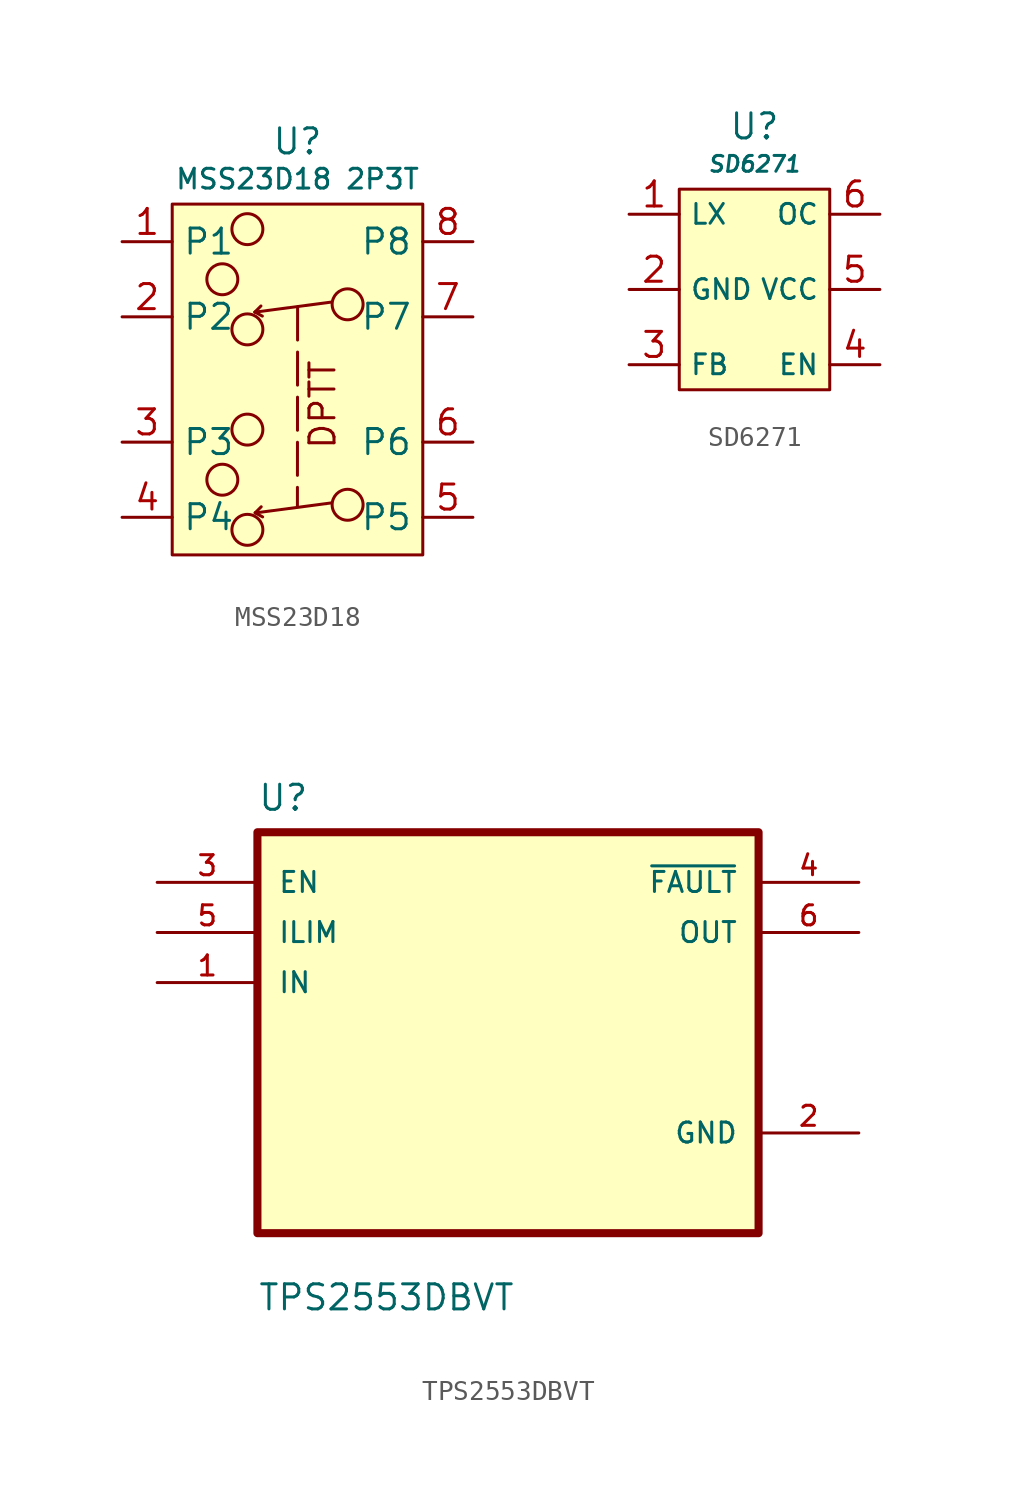
<source format=kicad_sym>
(kicad_symbol_lib
  (version 20220914)
  (generator kicad_symbol_editor)
  (symbol "MSS23D18"
    (property "Reference" "U"
      (at 0 12.065 0)
      (effects (font (size 1.27 1.27))))
    (property "Value" "MSS23D18 2P3T"
      (at 0 10.16 0)
      (effects (font (size 1 1))))
    (symbol "MSS23D18_0_1"
      (rectangle (start -6.35 8.89) (end 6.35 -8.89) (stroke (width 0) (type default)) (fill (type background)))
      (circle (center -3.81 -5.08) (radius 0.784) (stroke (width 0) (type default)) (fill (type none)))
      (circle (center -3.81 5.08) (radius 0.784) (stroke (width 0) (type default)) (fill (type none)))
      (circle (center -2.54 -7.62) (radius 0.784) (stroke (width 0) (type default)) (fill (type none)))
      (circle (center -2.54 -2.54) (radius 0.784) (stroke (width 0) (type default)) (fill (type none)))
      (circle (center -2.54 2.54) (radius 0.784) (stroke (width 0) (type default)) (fill (type none)))
      (circle (center -2.54 7.62) (radius 0.784) (stroke (width 0) (type default)) (fill (type none)))
      (polyline (pts (xy -2.16 3.419) (xy -1.853 3.726)) (stroke (width 0) (type default)) (fill (type none)))
      (polyline (pts (xy -2.158 3.416) (xy -1.781 3.213)) (stroke (width 0) (type default)) (fill (type none)))
      (polyline (pts (xy -2.146 -6.758) (xy -1.839 -6.451)) (stroke (width 0) (type default)) (fill (type none)))
      (polyline (pts (xy -2.143 -6.761) (xy -1.766 -6.965)) (stroke (width 0) (type default)) (fill (type none)))
      (polyline (pts (xy 0.005 3.676) (xy -0.005 -6.423)) (stroke (width 0) (type dash)) (fill (type none)))
      (polyline (pts (xy 1.713 3.923) (xy -2.158 3.414)) (stroke (width 0) (type default)) (fill (type none)))
      (polyline (pts (xy 1.727 -6.254) (xy -2.144 -6.763)) (stroke (width 0) (type default)) (fill (type none)))
      (circle (center 2.54 -6.35) (radius 0.784) (stroke (width 0) (type default)) (fill (type none)))
      (circle (center 2.54 3.81) (radius 0.784) (stroke (width 0) (type default)) (fill (type none)))
      (text "DPTT" (at 1.27 -1.27 900) (effects (font (size 1.27 1.27)))))
    (symbol "MSS23D18_1_1"
      (pin bidirectional line (at -8.89 6.985 0) (length 2.54) (name "P1" (effects (font (size 1.27 1.27)))) (number "1" (effects (font (size 1.27 1.27)))))
      (pin bidirectional line (at -8.89 3.175 0) (length 2.54) (name "P2" (effects (font (size 1.27 1.27)))) (number "2" (effects (font (size 1.27 1.27)))))
      (pin bidirectional line (at -8.89 -3.175 0) (length 2.54) (name "P3" (effects (font (size 1.27 1.27)))) (number "3" (effects (font (size 1.27 1.27)))))
      (pin bidirectional line (at -8.89 -6.985 0) (length 2.54) (name "P4" (effects (font (size 1.27 1.27)))) (number "4" (effects (font (size 1.27 1.27)))))
      (pin bidirectional line (at 8.89 -6.985 180) (length 2.54) (name "P5" (effects (font (size 1.27 1.27)))) (number "5" (effects (font (size 1.27 1.27)))))
      (pin bidirectional line (at 8.89 -3.175 180) (length 2.54) (name "P6" (effects (font (size 1.27 1.27)))) (number "6" (effects (font (size 1.27 1.27)))))
      (pin bidirectional line (at 8.89 3.175 180) (length 2.54) (name "P7" (effects (font (size 1.27 1.27)))) (number "7" (effects (font (size 1.27 1.27)))))
      (pin bidirectional line (at 8.89 6.985 180) (length 2.54) (name "P8" (effects (font (size 1.27 1.27)))) (number "8" (effects (font (size 1.27 1.27)))))))
  (symbol "SD6271"
    (property "Reference" "U"
      (at 0 8.255 0)
      (effects (font (size 1.27 1.27))))
    (property "Value" "SD6271"
      (at 0 6.35 0)
      (effects (font (size 0.8 0.8) italic)))
    (symbol "SD6271_0_1"
      (rectangle (start -3.81 5.08) (end 3.81 -5.08) (stroke (width 0) (type default)) (fill (type background))))
    (symbol "SD6271_1_1"
      (pin bidirectional line (at -6.35 3.81 0) (length 2.54) (name "LX" (effects (font (size 1 1)))) (number "1" (effects (font (size 1.27 1.27)))))
      (pin power_in line (at -6.35 0 0) (length 2.54) (name "GND" (effects (font (size 1 1)))) (number "2" (effects (font (size 1.27 1.27)))))
      (pin bidirectional line (at -6.35 -3.81 0) (length 2.54) (name "FB" (effects (font (size 1 1)))) (number "3" (effects (font (size 1.27 1.27)))))
      (pin bidirectional line (at 6.35 -3.81 180) (length 2.54) (name "EN" (effects (font (size 1 1)))) (number "4" (effects (font (size 1.27 1.27)))))
      (pin power_out line (at 6.35 0 180) (length 2.54) (name "VCC" (effects (font (size 1 1)))) (number "5" (effects (font (size 1.27 1.27)))))
      (pin bidirectional line (at 6.35 3.81 180) (length 2.54) (name "OC" (effects (font (size 1 1)))) (number "6" (effects (font (size 1.27 1.27)))))))
  (symbol "TPS2553DBVT"
    (pin_names
      (offset 1.016))
    (property "Reference" "U"
      (at -12.7 11.16 0)
      (effects (font (size 1.27 1.27)) (justify left bottom)))
    (property "Value" "TPS2553DBVT"
      (at -12.7 -14.16 0)
      (effects (font (size 1.27 1.27)) (justify left bottom)))
    (symbol "TPS2553DBVT_0_0"
      (rectangle (start -12.7 -10.16) (end 12.7 10.16) (stroke (width 0.41) (type default)) (fill (type background)))
      (pin input line (at -17.78 2.54 0) (length 5.08) (name "IN" (effects (font (size 1.016 1.016)))) (number "1" (effects (font (size 1.016 1.016)))))
      (pin power_in line (at 17.78 -5.08 180) (length 5.08) (name "GND" (effects (font (size 1.016 1.016)))) (number "2" (effects (font (size 1.016 1.016)))))
      (pin input line (at -17.78 7.62 0) (length 5.08) (name "EN" (effects (font (size 1.016 1.016)))) (number "3" (effects (font (size 1.016 1.016)))))
      (pin output line (at 17.78 7.62 180) (length 5.08) (name "~{FAULT}" (effects (font (size 1.016 1.016)))) (number "4" (effects (font (size 1.016 1.016)))))
      (pin input line (at -17.78 5.08 0) (length 5.08) (name "ILIM" (effects (font (size 1.016 1.016)))) (number "5" (effects (font (size 1.016 1.016)))))
      (pin output line (at 17.78 5.08 180) (length 5.08) (name "OUT" (effects (font (size 1.016 1.016)))) (number "6" (effects (font (size 1.016 1.016))))))))
</source>
